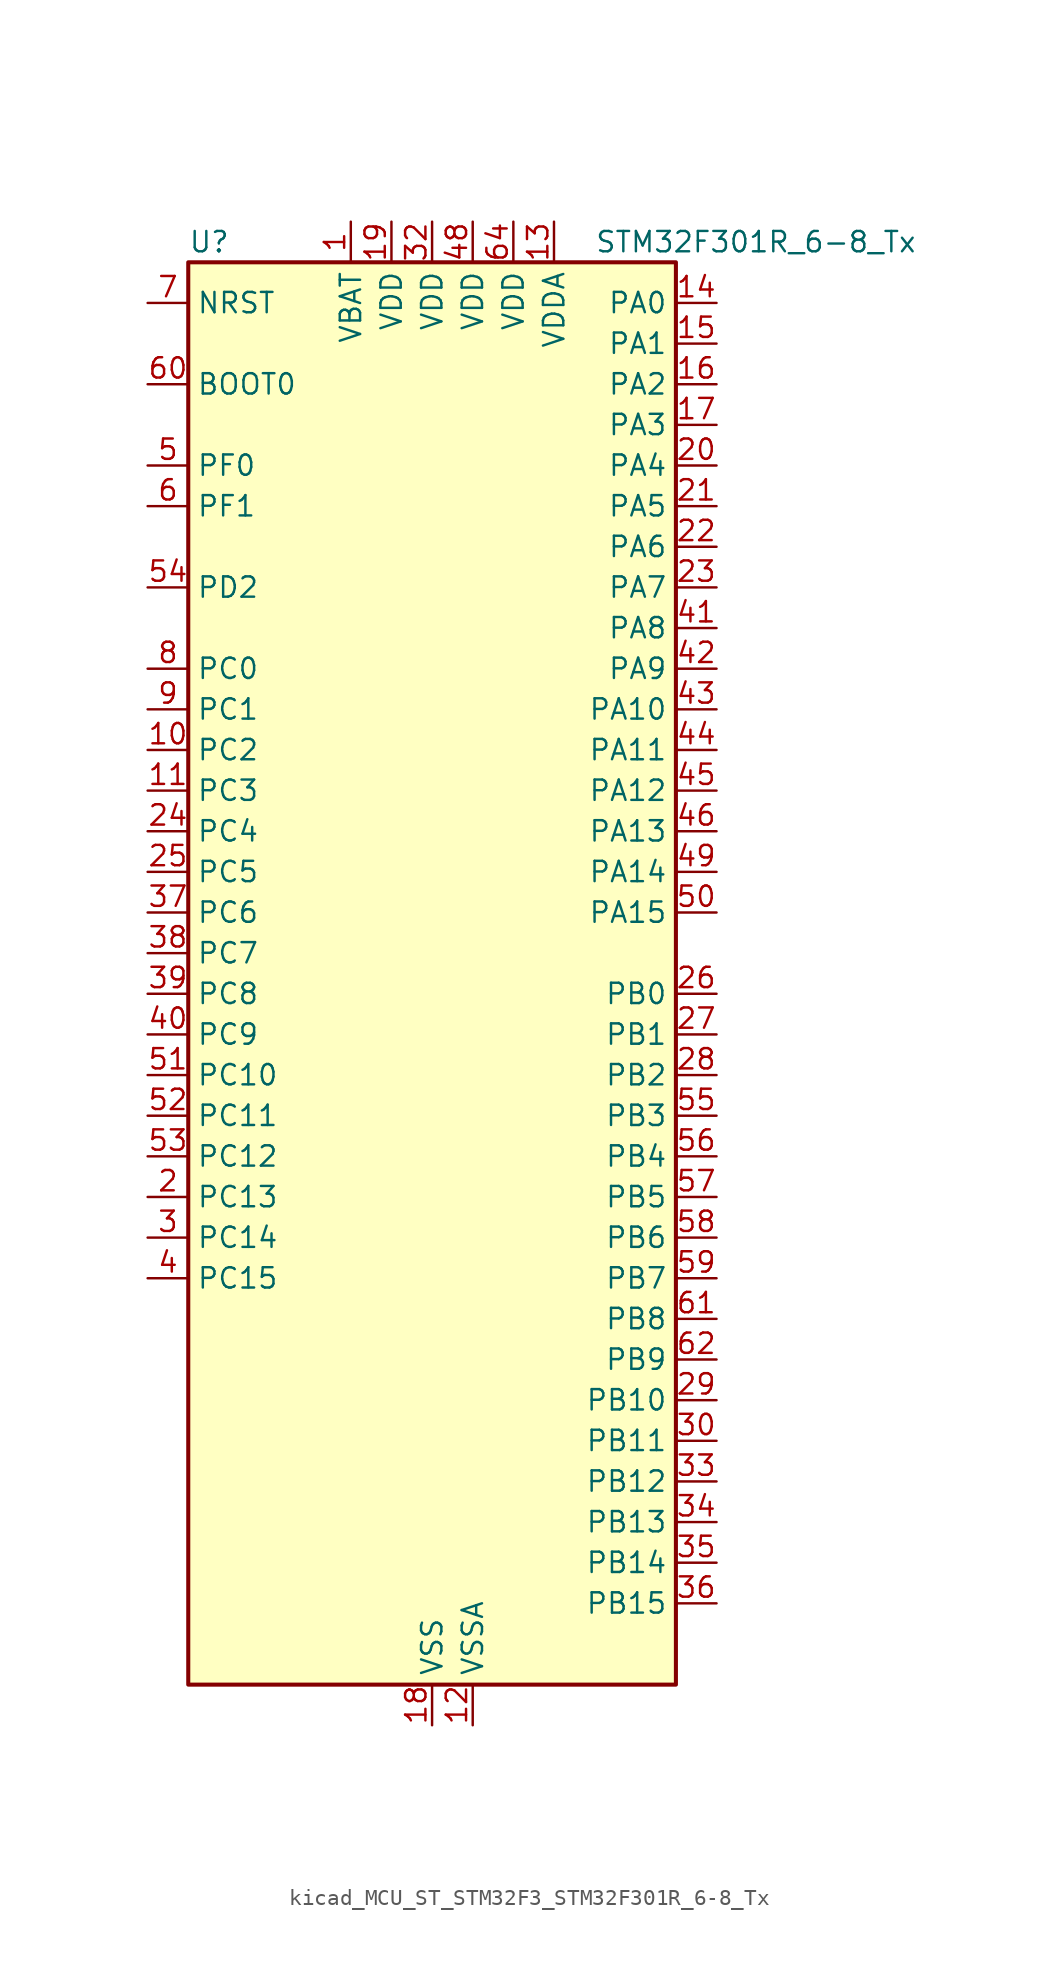
<source format=kicad_sym>
(kicad_symbol_lib
  (version 20220914)
  (generator kicad_symbol_editor)
  (symbol "kicad_MCU_ST_STM32F3_STM32F301R_6-8_Tx"
    (property "Reference" "U"
      (at -15.24 46.99 0)
      (effects (font (size 1.27 1.27)) (justify left)))
    (property "Value" "STM32F301R_6-8_Tx"
      (at 10.16 46.99 0)
      (effects (font (size 1.27 1.27)) (justify left)))
    (property "ki_locked" ""
      (at 0 0 0)
      (effects (font (size 1.27 1.27))))
    (symbol "kicad_MCU_ST_STM32F3_STM32F301R_6-8_Tx_0_1"
      (rectangle (start -15.24 -43.18) (end 15.24 45.72) (stroke (width 0.254) (type default)) (fill (type background))))
    (symbol "kicad_MCU_ST_STM32F3_STM32F301R_6-8_Tx_1_1"
      (pin power_in line (at -5.08 48.26 270) (length 2.54) (name "VBAT" (effects (font (size 1.27 1.27)))) (number "1" (effects (font (size 1.27 1.27)))))
      (pin bidirectional line (at -17.78 15.24 0) (length 2.54) (name "PC2" (effects (font (size 1.27 1.27)))) (number "10" (effects (font (size 1.27 1.27)))) (alternate "ADC1_IN8" bidirectional line) (alternate "TIM1_CH3" bidirectional line))
      (pin bidirectional line (at -17.78 12.7 0) (length 2.54) (name "PC3" (effects (font (size 1.27 1.27)))) (number "11" (effects (font (size 1.27 1.27)))) (alternate "ADC1_IN9" bidirectional line) (alternate "TIM1_BKIN2" bidirectional line) (alternate "TIM1_CH4" bidirectional line))
      (pin power_in line (at 2.54 -45.72 90) (length 2.54) (name "VSSA" (effects (font (size 1.27 1.27)))) (number "12" (effects (font (size 1.27 1.27)))))
      (pin power_in line (at 7.62 48.26 270) (length 2.54) (name "VDDA" (effects (font (size 1.27 1.27)))) (number "13" (effects (font (size 1.27 1.27)))))
      (pin bidirectional line (at 17.78 43.18 180) (length 2.54) (name "PA0" (effects (font (size 1.27 1.27)))) (number "14" (effects (font (size 1.27 1.27)))) (alternate "ADC1_IN1" bidirectional line) (alternate "RTC_TAMP2" bidirectional line) (alternate "SYS_WKUP1" bidirectional line) (alternate "TIM2_CH1" bidirectional line) (alternate "TIM2_ETR" bidirectional line) (alternate "TSC_G1_IO1" bidirectional line) (alternate "USART2_CTS" bidirectional line))
      (pin bidirectional line (at 17.78 40.64 180) (length 2.54) (name "PA1" (effects (font (size 1.27 1.27)))) (number "15" (effects (font (size 1.27 1.27)))) (alternate "ADC1_IN2" bidirectional line) (alternate "RTC_REFIN" bidirectional line) (alternate "TIM15_CH1N" bidirectional line) (alternate "TIM2_CH2" bidirectional line) (alternate "TSC_G1_IO2" bidirectional line) (alternate "USART2_DE" bidirectional line) (alternate "USART2_RTS" bidirectional line))
      (pin bidirectional line (at 17.78 38.1 180) (length 2.54) (name "PA2" (effects (font (size 1.27 1.27)))) (number "16" (effects (font (size 1.27 1.27)))) (alternate "ADC1_IN3" bidirectional line) (alternate "COMP2_INM" bidirectional line) (alternate "COMP2_OUT" bidirectional line) (alternate "TIM15_CH1" bidirectional line) (alternate "TIM2_CH3" bidirectional line) (alternate "TSC_G1_IO3" bidirectional line) (alternate "USART2_TX" bidirectional line))
      (pin bidirectional line (at 17.78 35.56 180) (length 2.54) (name "PA3" (effects (font (size 1.27 1.27)))) (number "17" (effects (font (size 1.27 1.27)))) (alternate "ADC1_IN4" bidirectional line) (alternate "TIM15_CH2" bidirectional line) (alternate "TIM2_CH4" bidirectional line) (alternate "TSC_G1_IO4" bidirectional line) (alternate "USART2_RX" bidirectional line))
      (pin power_in line (at 0 -45.72 90) (length 2.54) (name "VSS" (effects (font (size 1.27 1.27)))) (number "18" (effects (font (size 1.27 1.27)))))
      (pin power_in line (at -2.54 48.26 270) (length 2.54) (name "VDD" (effects (font (size 1.27 1.27)))) (number "19" (effects (font (size 1.27 1.27)))))
      (pin bidirectional line (at -17.78 -12.7 0) (length 2.54) (name "PC13" (effects (font (size 1.27 1.27)))) (number "2" (effects (font (size 1.27 1.27)))) (alternate "RTC_OUT_ALARM" bidirectional line) (alternate "RTC_OUT_CALIB" bidirectional line) (alternate "RTC_TAMP1" bidirectional line) (alternate "RTC_TS" bidirectional line) (alternate "SYS_WKUP2" bidirectional line) (alternate "TIM1_CH1N" bidirectional line))
      (pin bidirectional line (at 17.78 33.02 180) (length 2.54) (name "PA4" (effects (font (size 1.27 1.27)))) (number "20" (effects (font (size 1.27 1.27)))) (alternate "ADC1_IN5" bidirectional line) (alternate "COMP2_INM" bidirectional line) (alternate "COMP4_INM" bidirectional line) (alternate "COMP6_INM" bidirectional line) (alternate "DAC_OUT1" bidirectional line) (alternate "I2S3_WS" bidirectional line) (alternate "SPI3_NSS" bidirectional line) (alternate "TSC_G2_IO1" bidirectional line) (alternate "USART2_CK" bidirectional line))
      (pin bidirectional line (at 17.78 30.48 180) (length 2.54) (name "PA5" (effects (font (size 1.27 1.27)))) (number "21" (effects (font (size 1.27 1.27)))) (alternate "OPAMP2_VINM" bidirectional line) (alternate "OPAMP2_VINM_SEC" bidirectional line) (alternate "TIM2_CH1" bidirectional line) (alternate "TIM2_ETR" bidirectional line) (alternate "TSC_G2_IO2" bidirectional line))
      (pin bidirectional line (at 17.78 27.94 180) (length 2.54) (name "PA6" (effects (font (size 1.27 1.27)))) (number "22" (effects (font (size 1.27 1.27)))) (alternate "ADC1_IN10" bidirectional line) (alternate "OPAMP2_VOUT" bidirectional line) (alternate "TIM16_CH1" bidirectional line) (alternate "TIM1_BKIN" bidirectional line) (alternate "TSC_G2_IO3" bidirectional line))
      (pin bidirectional line (at 17.78 25.4 180) (length 2.54) (name "PA7" (effects (font (size 1.27 1.27)))) (number "23" (effects (font (size 1.27 1.27)))) (alternate "ADC1_IN15" bidirectional line) (alternate "COMP2_INP" bidirectional line) (alternate "OPAMP2_VINP" bidirectional line) (alternate "OPAMP2_VINP_SEC" bidirectional line) (alternate "TIM17_CH1" bidirectional line) (alternate "TIM1_CH1N" bidirectional line) (alternate "TSC_G2_IO4" bidirectional line))
      (pin bidirectional line (at -17.78 10.16 0) (length 2.54) (name "PC4" (effects (font (size 1.27 1.27)))) (number "24" (effects (font (size 1.27 1.27)))) (alternate "TIM1_ETR" bidirectional line) (alternate "USART1_TX" bidirectional line))
      (pin bidirectional line (at -17.78 7.62 0) (length 2.54) (name "PC5" (effects (font (size 1.27 1.27)))) (number "25" (effects (font (size 1.27 1.27)))) (alternate "OPAMP2_VINM" bidirectional line) (alternate "OPAMP2_VINM_SEC" bidirectional line) (alternate "TIM15_BKIN" bidirectional line) (alternate "TSC_G3_IO1" bidirectional line) (alternate "USART1_RX" bidirectional line))
      (pin bidirectional line (at 17.78 0 180) (length 2.54) (name "PB0" (effects (font (size 1.27 1.27)))) (number "26" (effects (font (size 1.27 1.27)))) (alternate "ADC1_IN11" bidirectional line) (alternate "COMP4_INP" bidirectional line) (alternate "OPAMP2_VINP" bidirectional line) (alternate "OPAMP2_VINP_SEC" bidirectional line) (alternate "TIM1_CH2N" bidirectional line) (alternate "TSC_G3_IO2" bidirectional line))
      (pin bidirectional line (at 17.78 -2.54 180) (length 2.54) (name "PB1" (effects (font (size 1.27 1.27)))) (number "27" (effects (font (size 1.27 1.27)))) (alternate "ADC1_IN12" bidirectional line) (alternate "COMP4_OUT" bidirectional line) (alternate "TIM1_CH3N" bidirectional line) (alternate "TSC_G3_IO3" bidirectional line))
      (pin bidirectional line (at 17.78 -5.08 180) (length 2.54) (name "PB2" (effects (font (size 1.27 1.27)))) (number "28" (effects (font (size 1.27 1.27)))) (alternate "COMP4_INM" bidirectional line) (alternate "TSC_G3_IO4" bidirectional line))
      (pin bidirectional line (at 17.78 -25.4 180) (length 2.54) (name "PB10" (effects (font (size 1.27 1.27)))) (number "29" (effects (font (size 1.27 1.27)))) (alternate "TIM2_CH3" bidirectional line) (alternate "TSC_SYNC" bidirectional line) (alternate "USART3_TX" bidirectional line))
      (pin bidirectional line (at -17.78 -15.24 0) (length 2.54) (name "PC14" (effects (font (size 1.27 1.27)))) (number "3" (effects (font (size 1.27 1.27)))) (alternate "RCC_OSC32_IN" bidirectional line))
      (pin bidirectional line (at 17.78 -27.94 180) (length 2.54) (name "PB11" (effects (font (size 1.27 1.27)))) (number "30" (effects (font (size 1.27 1.27)))) (alternate "ADC1_EXTI11" bidirectional line) (alternate "ADC1_IN14" bidirectional line) (alternate "COMP6_INP" bidirectional line) (alternate "TIM2_CH4" bidirectional line) (alternate "TSC_G6_IO1" bidirectional line) (alternate "USART3_RX" bidirectional line))
      (pin passive line (at 0 -45.72 90) (length 2.54) hide (name "VSS" (effects (font (size 1.27 1.27)))) (number "31" (effects (font (size 1.27 1.27)))))
      (pin power_in line (at 0 48.26 270) (length 2.54) (name "VDD" (effects (font (size 1.27 1.27)))) (number "32" (effects (font (size 1.27 1.27)))))
      (pin bidirectional line (at 17.78 -30.48 180) (length 2.54) (name "PB12" (effects (font (size 1.27 1.27)))) (number "33" (effects (font (size 1.27 1.27)))) (alternate "I2C2_SMBA" bidirectional line) (alternate "I2S2_WS" bidirectional line) (alternate "SPI2_NSS" bidirectional line) (alternate "TIM1_BKIN" bidirectional line) (alternate "TSC_G6_IO2" bidirectional line) (alternate "USART3_CK" bidirectional line))
      (pin bidirectional line (at 17.78 -33.02 180) (length 2.54) (name "PB13" (effects (font (size 1.27 1.27)))) (number "34" (effects (font (size 1.27 1.27)))) (alternate "ADC1_IN13" bidirectional line) (alternate "I2S2_CK" bidirectional line) (alternate "SPI2_SCK" bidirectional line) (alternate "TIM1_CH1N" bidirectional line) (alternate "TSC_G6_IO3" bidirectional line) (alternate "USART3_CTS" bidirectional line))
      (pin bidirectional line (at 17.78 -35.56 180) (length 2.54) (name "PB14" (effects (font (size 1.27 1.27)))) (number "35" (effects (font (size 1.27 1.27)))) (alternate "I2S2_ext_SD" bidirectional line) (alternate "OPAMP2_VINP" bidirectional line) (alternate "OPAMP2_VINP_SEC" bidirectional line) (alternate "SPI2_MISO" bidirectional line) (alternate "TIM15_CH1" bidirectional line) (alternate "TIM1_CH2N" bidirectional line) (alternate "TSC_G6_IO4" bidirectional line) (alternate "USART3_DE" bidirectional line) (alternate "USART3_RTS" bidirectional line))
      (pin bidirectional line (at 17.78 -38.1 180) (length 2.54) (name "PB15" (effects (font (size 1.27 1.27)))) (number "36" (effects (font (size 1.27 1.27)))) (alternate "ADC1_EXTI15" bidirectional line) (alternate "COMP6_INM" bidirectional line) (alternate "I2S2_SD" bidirectional line) (alternate "RTC_REFIN" bidirectional line) (alternate "SPI2_MOSI" bidirectional line) (alternate "TIM15_CH1N" bidirectional line) (alternate "TIM15_CH2" bidirectional line) (alternate "TIM1_CH3N" bidirectional line))
      (pin bidirectional line (at -17.78 5.08 0) (length 2.54) (name "PC6" (effects (font (size 1.27 1.27)))) (number "37" (effects (font (size 1.27 1.27)))) (alternate "COMP6_OUT" bidirectional line) (alternate "I2S2_MCK" bidirectional line))
      (pin bidirectional line (at -17.78 2.54 0) (length 2.54) (name "PC7" (effects (font (size 1.27 1.27)))) (number "38" (effects (font (size 1.27 1.27)))) (alternate "I2S3_MCK" bidirectional line))
      (pin bidirectional line (at -17.78 0 0) (length 2.54) (name "PC8" (effects (font (size 1.27 1.27)))) (number "39" (effects (font (size 1.27 1.27)))))
      (pin bidirectional line (at -17.78 -17.78 0) (length 2.54) (name "PC15" (effects (font (size 1.27 1.27)))) (number "4" (effects (font (size 1.27 1.27)))) (alternate "ADC1_EXTI15" bidirectional line) (alternate "RCC_OSC32_OUT" bidirectional line))
      (pin bidirectional line (at -17.78 -2.54 0) (length 2.54) (name "PC9" (effects (font (size 1.27 1.27)))) (number "40" (effects (font (size 1.27 1.27)))) (alternate "DAC_EXTI9" bidirectional line) (alternate "I2C3_SDA" bidirectional line) (alternate "I2S_CKIN" bidirectional line))
      (pin bidirectional line (at 17.78 22.86 180) (length 2.54) (name "PA8" (effects (font (size 1.27 1.27)))) (number "41" (effects (font (size 1.27 1.27)))) (alternate "I2C2_SMBA" bidirectional line) (alternate "I2C3_SCL" bidirectional line) (alternate "I2S2_MCK" bidirectional line) (alternate "RCC_MCO" bidirectional line) (alternate "TIM1_CH1" bidirectional line) (alternate "USART1_CK" bidirectional line))
      (pin bidirectional line (at 17.78 20.32 180) (length 2.54) (name "PA9" (effects (font (size 1.27 1.27)))) (number "42" (effects (font (size 1.27 1.27)))) (alternate "DAC_EXTI9" bidirectional line) (alternate "I2C2_SCL" bidirectional line) (alternate "I2C3_SMBA" bidirectional line) (alternate "I2S3_MCK" bidirectional line) (alternate "TIM15_BKIN" bidirectional line) (alternate "TIM1_CH2" bidirectional line) (alternate "TIM2_CH3" bidirectional line) (alternate "TSC_G4_IO1" bidirectional line) (alternate "USART1_TX" bidirectional line))
      (pin bidirectional line (at 17.78 17.78 180) (length 2.54) (name "PA10" (effects (font (size 1.27 1.27)))) (number "43" (effects (font (size 1.27 1.27)))) (alternate "COMP6_OUT" bidirectional line) (alternate "I2C2_SDA" bidirectional line) (alternate "I2S2_ext_SD" bidirectional line) (alternate "SPI2_MISO" bidirectional line) (alternate "TIM17_BKIN" bidirectional line) (alternate "TIM1_CH3" bidirectional line) (alternate "TIM2_CH4" bidirectional line) (alternate "TSC_G4_IO2" bidirectional line) (alternate "USART1_RX" bidirectional line))
      (pin bidirectional line (at 17.78 15.24 180) (length 2.54) (name "PA11" (effects (font (size 1.27 1.27)))) (number "44" (effects (font (size 1.27 1.27)))) (alternate "ADC1_EXTI11" bidirectional line) (alternate "I2S2_SD" bidirectional line) (alternate "SPI2_MOSI" bidirectional line) (alternate "TIM1_BKIN2" bidirectional line) (alternate "TIM1_CH1N" bidirectional line) (alternate "TIM1_CH4" bidirectional line) (alternate "USART1_CTS" bidirectional line))
      (pin bidirectional line (at 17.78 12.7 180) (length 2.54) (name "PA12" (effects (font (size 1.27 1.27)))) (number "45" (effects (font (size 1.27 1.27)))) (alternate "COMP2_OUT" bidirectional line) (alternate "I2S_CKIN" bidirectional line) (alternate "TIM16_CH1" bidirectional line) (alternate "TIM1_CH2N" bidirectional line) (alternate "TIM1_ETR" bidirectional line) (alternate "USART1_DE" bidirectional line) (alternate "USART1_RTS" bidirectional line))
      (pin bidirectional line (at 17.78 10.16 180) (length 2.54) (name "PA13" (effects (font (size 1.27 1.27)))) (number "46" (effects (font (size 1.27 1.27)))) (alternate "IR_OUT" bidirectional line) (alternate "SYS_JTMS-SWDIO" bidirectional line) (alternate "TIM16_CH1N" bidirectional line) (alternate "TSC_G4_IO3" bidirectional line) (alternate "USART3_CTS" bidirectional line))
      (pin passive line (at 0 -45.72 90) (length 2.54) hide (name "VSS" (effects (font (size 1.27 1.27)))) (number "47" (effects (font (size 1.27 1.27)))))
      (pin power_in line (at 2.54 48.26 270) (length 2.54) (name "VDD" (effects (font (size 1.27 1.27)))) (number "48" (effects (font (size 1.27 1.27)))))
      (pin bidirectional line (at 17.78 7.62 180) (length 2.54) (name "PA14" (effects (font (size 1.27 1.27)))) (number "49" (effects (font (size 1.27 1.27)))) (alternate "I2C1_SDA" bidirectional line) (alternate "SYS_JTCK-SWCLK" bidirectional line) (alternate "TIM1_BKIN" bidirectional line) (alternate "TSC_G4_IO4" bidirectional line) (alternate "USART2_TX" bidirectional line))
      (pin bidirectional line (at -17.78 33.02 0) (length 2.54) (name "PF0" (effects (font (size 1.27 1.27)))) (number "5" (effects (font (size 1.27 1.27)))) (alternate "I2C2_SDA" bidirectional line) (alternate "I2S2_WS" bidirectional line) (alternate "RCC_OSC_IN" bidirectional line) (alternate "SPI2_NSS" bidirectional line) (alternate "TIM1_CH3N" bidirectional line))
      (pin bidirectional line (at 17.78 5.08 180) (length 2.54) (name "PA15" (effects (font (size 1.27 1.27)))) (number "50" (effects (font (size 1.27 1.27)))) (alternate "ADC1_EXTI15" bidirectional line) (alternate "I2C1_SCL" bidirectional line) (alternate "I2S3_WS" bidirectional line) (alternate "SPI3_NSS" bidirectional line) (alternate "SYS_JTDI" bidirectional line) (alternate "TIM1_BKIN" bidirectional line) (alternate "TIM2_CH1" bidirectional line) (alternate "TIM2_ETR" bidirectional line) (alternate "TSC_SYNC" bidirectional line) (alternate "USART2_RX" bidirectional line))
      (pin bidirectional line (at -17.78 -5.08 0) (length 2.54) (name "PC10" (effects (font (size 1.27 1.27)))) (number "51" (effects (font (size 1.27 1.27)))) (alternate "I2S3_CK" bidirectional line) (alternate "SPI3_SCK" bidirectional line) (alternate "USART3_TX" bidirectional line))
      (pin bidirectional line (at -17.78 -7.62 0) (length 2.54) (name "PC11" (effects (font (size 1.27 1.27)))) (number "52" (effects (font (size 1.27 1.27)))) (alternate "ADC1_EXTI11" bidirectional line) (alternate "I2S3_ext_SD" bidirectional line) (alternate "SPI3_MISO" bidirectional line) (alternate "USART3_RX" bidirectional line))
      (pin bidirectional line (at -17.78 -10.16 0) (length 2.54) (name "PC12" (effects (font (size 1.27 1.27)))) (number "53" (effects (font (size 1.27 1.27)))) (alternate "I2S3_SD" bidirectional line) (alternate "SPI3_MOSI" bidirectional line) (alternate "USART3_CK" bidirectional line))
      (pin bidirectional line (at -17.78 25.4 0) (length 2.54) (name "PD2" (effects (font (size 1.27 1.27)))) (number "54" (effects (font (size 1.27 1.27)))))
      (pin bidirectional line (at 17.78 -7.62 180) (length 2.54) (name "PB3" (effects (font (size 1.27 1.27)))) (number "55" (effects (font (size 1.27 1.27)))) (alternate "I2S3_CK" bidirectional line) (alternate "SPI3_SCK" bidirectional line) (alternate "SYS_JTDO-TRACESWO" bidirectional line) (alternate "TIM2_CH2" bidirectional line) (alternate "TSC_G5_IO1" bidirectional line) (alternate "USART2_TX" bidirectional line))
      (pin bidirectional line (at 17.78 -10.16 180) (length 2.54) (name "PB4" (effects (font (size 1.27 1.27)))) (number "56" (effects (font (size 1.27 1.27)))) (alternate "I2S3_ext_SD" bidirectional line) (alternate "SPI3_MISO" bidirectional line) (alternate "SYS_NJTRST" bidirectional line) (alternate "TIM16_CH1" bidirectional line) (alternate "TIM17_BKIN" bidirectional line) (alternate "TSC_G5_IO2" bidirectional line) (alternate "USART2_RX" bidirectional line))
      (pin bidirectional line (at 17.78 -12.7 180) (length 2.54) (name "PB5" (effects (font (size 1.27 1.27)))) (number "57" (effects (font (size 1.27 1.27)))) (alternate "I2C1_SMBA" bidirectional line) (alternate "I2C3_SDA" bidirectional line) (alternate "I2S3_SD" bidirectional line) (alternate "SPI3_MOSI" bidirectional line) (alternate "TIM16_BKIN" bidirectional line) (alternate "TIM17_CH1" bidirectional line) (alternate "USART2_CK" bidirectional line))
      (pin bidirectional line (at 17.78 -15.24 180) (length 2.54) (name "PB6" (effects (font (size 1.27 1.27)))) (number "58" (effects (font (size 1.27 1.27)))) (alternate "I2C1_SCL" bidirectional line) (alternate "TIM16_CH1N" bidirectional line) (alternate "TSC_G5_IO3" bidirectional line) (alternate "USART1_TX" bidirectional line))
      (pin bidirectional line (at 17.78 -17.78 180) (length 2.54) (name "PB7" (effects (font (size 1.27 1.27)))) (number "59" (effects (font (size 1.27 1.27)))) (alternate "I2C1_SDA" bidirectional line) (alternate "TIM17_CH1N" bidirectional line) (alternate "TSC_G5_IO4" bidirectional line) (alternate "USART1_RX" bidirectional line))
      (pin bidirectional line (at -17.78 30.48 0) (length 2.54) (name "PF1" (effects (font (size 1.27 1.27)))) (number "6" (effects (font (size 1.27 1.27)))) (alternate "I2C2_SCL" bidirectional line) (alternate "I2S2_CK" bidirectional line) (alternate "RCC_OSC_OUT" bidirectional line) (alternate "SPI2_SCK" bidirectional line))
      (pin input line (at -17.78 38.1 0) (length 2.54) (name "BOOT0" (effects (font (size 1.27 1.27)))) (number "60" (effects (font (size 1.27 1.27)))))
      (pin bidirectional line (at 17.78 -20.32 180) (length 2.54) (name "PB8" (effects (font (size 1.27 1.27)))) (number "61" (effects (font (size 1.27 1.27)))) (alternate "I2C1_SCL" bidirectional line) (alternate "TIM16_CH1" bidirectional line) (alternate "TIM1_BKIN" bidirectional line) (alternate "TSC_SYNC" bidirectional line) (alternate "USART3_RX" bidirectional line))
      (pin bidirectional line (at 17.78 -22.86 180) (length 2.54) (name "PB9" (effects (font (size 1.27 1.27)))) (number "62" (effects (font (size 1.27 1.27)))) (alternate "COMP2_OUT" bidirectional line) (alternate "DAC_EXTI9" bidirectional line) (alternate "I2C1_SDA" bidirectional line) (alternate "IR_OUT" bidirectional line) (alternate "TIM17_CH1" bidirectional line) (alternate "USART3_TX" bidirectional line))
      (pin passive line (at 0 -45.72 90) (length 2.54) hide (name "VSS" (effects (font (size 1.27 1.27)))) (number "63" (effects (font (size 1.27 1.27)))))
      (pin power_in line (at 5.08 48.26 270) (length 2.54) (name "VDD" (effects (font (size 1.27 1.27)))) (number "64" (effects (font (size 1.27 1.27)))))
      (pin input line (at -17.78 43.18 0) (length 2.54) (name "NRST" (effects (font (size 1.27 1.27)))) (number "7" (effects (font (size 1.27 1.27)))))
      (pin bidirectional line (at -17.78 20.32 0) (length 2.54) (name "PC0" (effects (font (size 1.27 1.27)))) (number "8" (effects (font (size 1.27 1.27)))) (alternate "ADC1_IN6" bidirectional line) (alternate "TIM1_CH1" bidirectional line))
      (pin bidirectional line (at -17.78 17.78 0) (length 2.54) (name "PC1" (effects (font (size 1.27 1.27)))) (number "9" (effects (font (size 1.27 1.27)))) (alternate "ADC1_IN7" bidirectional line) (alternate "TIM1_CH2" bidirectional line)))))
</source>
